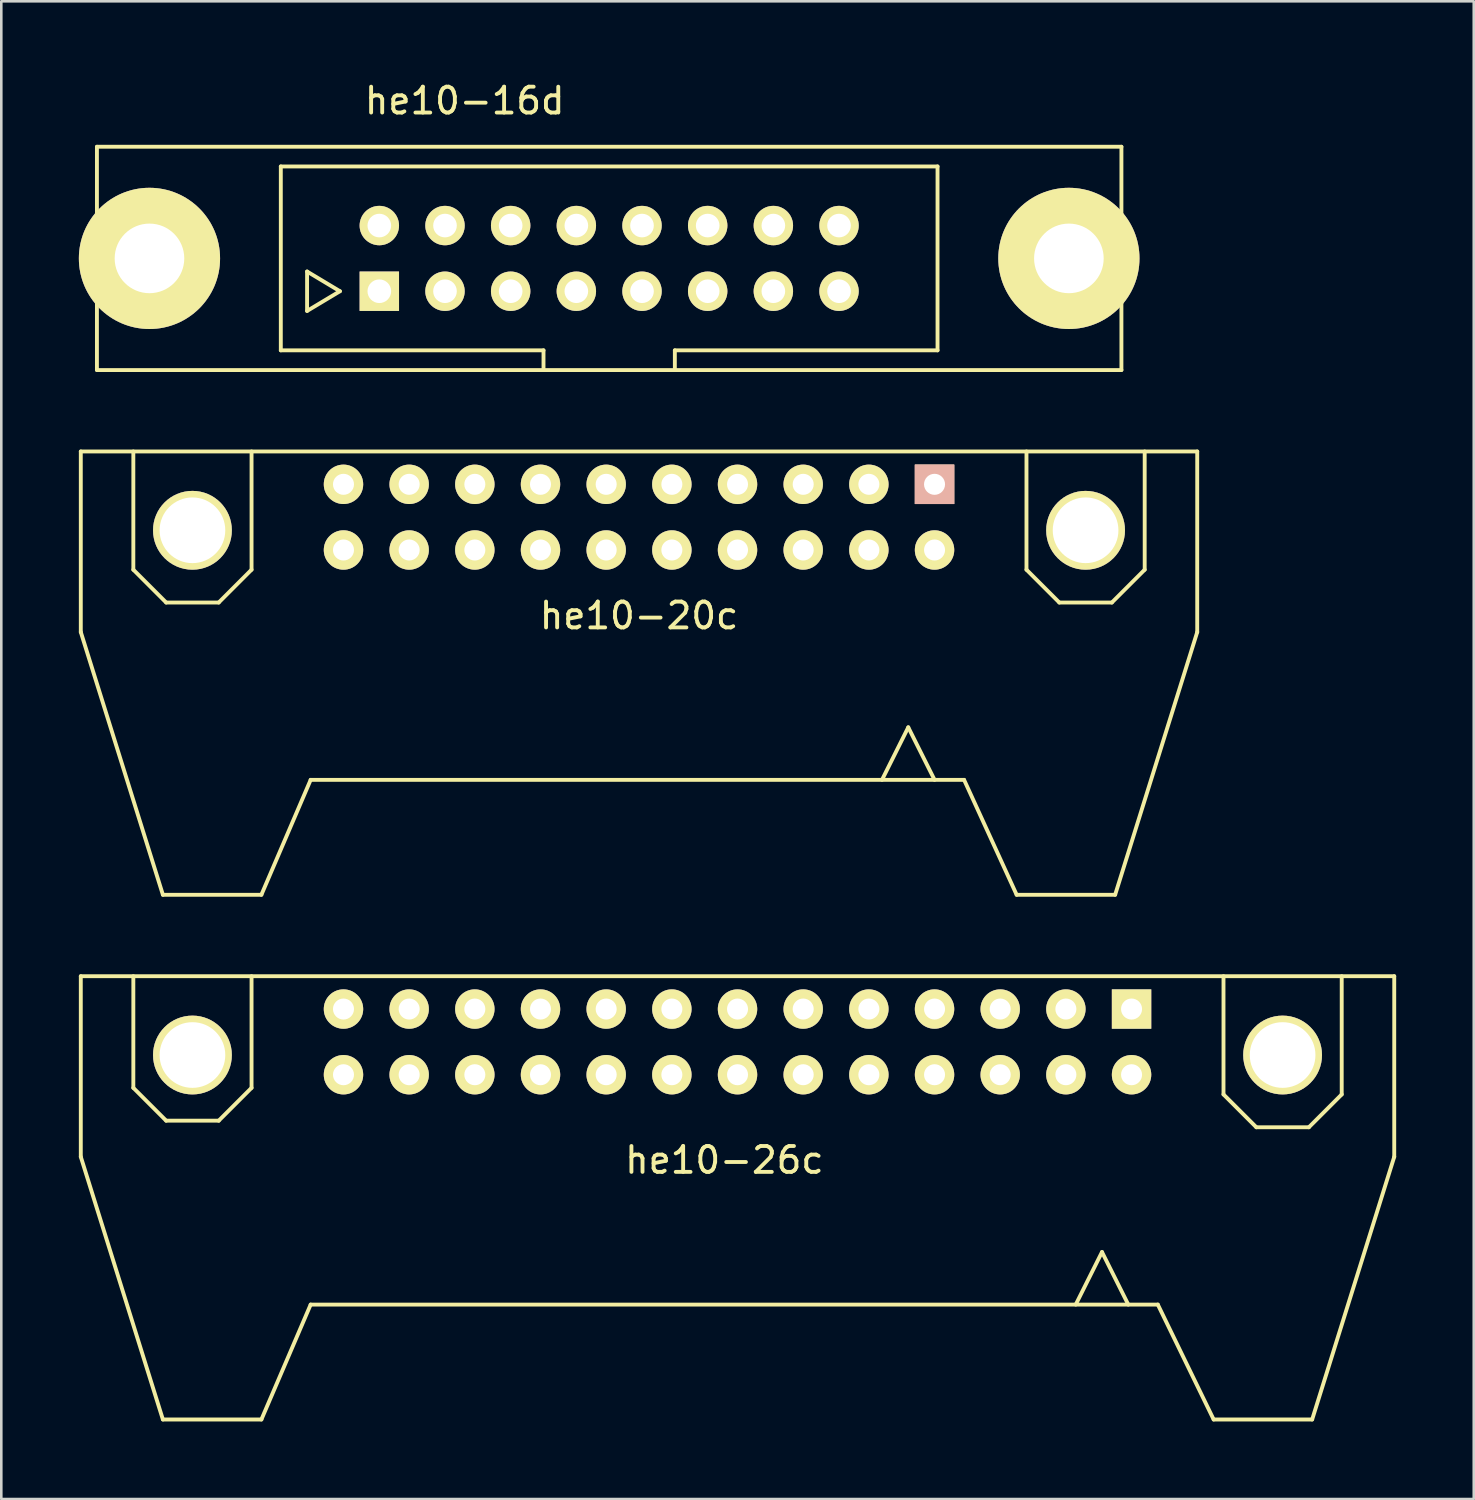
<source format=kicad_pcb>
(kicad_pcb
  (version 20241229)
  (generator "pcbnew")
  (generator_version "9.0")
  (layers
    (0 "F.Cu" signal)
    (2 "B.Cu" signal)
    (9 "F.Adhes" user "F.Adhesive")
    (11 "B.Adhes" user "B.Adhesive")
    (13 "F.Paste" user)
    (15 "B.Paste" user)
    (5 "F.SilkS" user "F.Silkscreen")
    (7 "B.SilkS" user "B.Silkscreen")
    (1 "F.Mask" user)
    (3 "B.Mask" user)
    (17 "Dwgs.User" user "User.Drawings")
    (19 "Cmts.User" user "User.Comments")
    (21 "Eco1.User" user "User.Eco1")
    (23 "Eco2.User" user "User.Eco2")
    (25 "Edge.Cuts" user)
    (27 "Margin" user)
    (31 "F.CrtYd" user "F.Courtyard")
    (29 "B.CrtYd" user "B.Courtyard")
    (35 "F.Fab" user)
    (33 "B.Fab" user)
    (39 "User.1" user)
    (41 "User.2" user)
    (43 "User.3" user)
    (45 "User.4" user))
  (footprint "he10-20c"
    (layer "F.Cu")
    (at 21.665 16.952)
    (property "Reference" "he10-20c" (at 0 3.81 0) (layer "F.SilkS") (effects (font (size 1 1) (thickness 0.15))))
    (attr through_hole)
    (fp_line (start -21.59 -2.54) (end -21.59 4.445) (stroke (width 0.15) (type solid)) (layer "F.SilkS"))
    (fp_line (start -21.59 -2.54) (end 21.59 -2.54) (stroke (width 0.15) (type solid)) (layer "F.SilkS"))
    (fp_line (start -21.59 4.445) (end -18.415 14.605) (stroke (width 0.15) (type solid)) (layer "F.SilkS"))
    (fp_line (start -19.558 2.032) (end -19.558 -2.54) (stroke (width 0.15) (type solid)) (layer "F.SilkS"))
    (fp_line (start -18.415 14.605) (end -14.605 14.605) (stroke (width 0.15) (type solid)) (layer "F.SilkS"))
    (fp_line (start -18.288 3.302) (end -19.558 2.032) (stroke (width 0.15) (type solid)) (layer "F.SilkS"))
    (fp_line (start -16.256 3.302) (end -18.288 3.302) (stroke (width 0.15) (type solid)) (layer "F.SilkS"))
    (fp_line (start -14.986 -2.54) (end -14.986 2.032) (stroke (width 0.15) (type solid)) (layer "F.SilkS"))
    (fp_line (start -14.986 2.032) (end -16.256 3.302) (stroke (width 0.15) (type solid)) (layer "F.SilkS"))
    (fp_line (start -14.605 14.605) (end -12.7 10.16) (stroke (width 0.15) (type solid)) (layer "F.SilkS"))
    (fp_line (start -12.7 10.16) (end 12.573 10.16) (stroke (width 0.15) (type solid)) (layer "F.SilkS"))
    (fp_line (start 10.414 8.128) (end 9.398 10.16) (stroke (width 0.15) (type solid)) (layer "F.SilkS"))
    (fp_line (start 11.43 10.16) (end 10.414 8.128) (stroke (width 0.15) (type solid)) (layer "F.SilkS"))
    (fp_line (start 14.605 14.605) (end 12.573 10.16) (stroke (width 0.15) (type solid)) (layer "F.SilkS"))
    (fp_line (start 14.986 2.032) (end 14.986 -2.54) (stroke (width 0.15) (type solid)) (layer "F.SilkS"))
    (fp_line (start 16.256 3.302) (end 14.986 2.032) (stroke (width 0.15) (type solid)) (layer "F.SilkS"))
    (fp_line (start 18.288 3.302) (end 16.256 3.302) (stroke (width 0.15) (type solid)) (layer "F.SilkS"))
    (fp_line (start 18.415 14.605) (end 14.605 14.605) (stroke (width 0.15) (type solid)) (layer "F.SilkS"))
    (fp_line (start 19.558 -2.54) (end 19.558 2.032) (stroke (width 0.15) (type solid)) (layer "F.SilkS"))
    (fp_line (start 19.558 2.032) (end 18.288 3.302) (stroke (width 0.15) (type solid)) (layer "F.SilkS"))
    (fp_line (start 21.59 -2.54) (end 21.59 4.445) (stroke (width 0.15) (type solid)) (layer "F.SilkS"))
    (fp_line (start 21.59 4.445) (end 18.415 14.605) (stroke (width 0.15) (type solid)) (layer "F.SilkS"))
    (pad "0" thru_hole circle (at -17.272 0.508) (size 3.048 3.048) (drill 2.54) (layers "*.Cu" "*.Mask" "F.SilkS"))
    (pad "0" thru_hole circle (at 17.272 0.508) (size 3.048 3.048) (drill 2.54) (layers "*.Cu" "*.Mask" "F.SilkS"))
    (pad "1" thru_hole rect (at 11.43 -1.27) (size 1.524 1.524) (drill 0.813) (layers "*.Cu" "*.SilkS" "*.Mask"))
    (pad "2" thru_hole circle (at 11.43 1.27) (size 1.524 1.524) (drill 0.813) (layers "*.Cu" "*.Mask" "F.SilkS"))
    (pad "3" thru_hole circle (at 8.89 -1.27) (size 1.524 1.524) (drill 0.813) (layers "*.Cu" "*.Mask" "F.SilkS"))
    (pad "4" thru_hole circle (at 8.89 1.27) (size 1.524 1.524) (drill 0.813) (layers "*.Cu" "*.Mask" "F.SilkS"))
    (pad "5" thru_hole circle (at 6.35 -1.27) (size 1.524 1.524) (drill 0.813) (layers "*.Cu" "*.Mask" "F.SilkS"))
    (pad "6" thru_hole circle (at 6.35 1.27) (size 1.524 1.524) (drill 0.813) (layers "*.Cu" "*.Mask" "F.SilkS"))
    (pad "7" thru_hole circle (at 3.81 -1.27) (size 1.524 1.524) (drill 0.813) (layers "*.Cu" "*.Mask" "F.SilkS"))
    (pad "8" thru_hole circle (at 3.81 1.27) (size 1.524 1.524) (drill 0.813) (layers "*.Cu" "*.Mask" "F.SilkS"))
    (pad "9" thru_hole circle (at 1.27 -1.27) (size 1.524 1.524) (drill 0.813) (layers "*.Cu" "*.Mask" "F.SilkS"))
    (pad "10" thru_hole circle (at 1.27 1.27) (size 1.524 1.524) (drill 0.813) (layers "*.Cu" "*.Mask" "F.SilkS"))
    (pad "11" thru_hole circle (at -1.27 -1.27) (size 1.524 1.524) (drill 0.813) (layers "*.Cu" "*.Mask" "F.SilkS"))
    (pad "12" thru_hole circle (at -1.27 1.27) (size 1.524 1.524) (drill 0.813) (layers "*.Cu" "*.Mask" "F.SilkS"))
    (pad "13" thru_hole circle (at -3.81 -1.27) (size 1.524 1.524) (drill 0.813) (layers "*.Cu" "*.Mask" "F.SilkS"))
    (pad "14" thru_hole circle (at -3.81 1.27) (size 1.524 1.524) (drill 0.813) (layers "*.Cu" "*.Mask" "F.SilkS"))
    (pad "15" thru_hole circle (at -6.35 -1.27) (size 1.524 1.524) (drill 0.813) (layers "*.Cu" "*.Mask" "F.SilkS"))
    (pad "16" thru_hole circle (at -6.35 1.27) (size 1.524 1.524) (drill 0.813) (layers "*.Cu" "*.Mask" "F.SilkS"))
    (pad "17" thru_hole circle (at -8.89 -1.27) (size 1.524 1.524) (drill 0.813) (layers "*.Cu" "*.Mask" "F.SilkS"))
    (pad "18" thru_hole circle (at -8.89 1.27) (size 1.524 1.524) (drill 0.813) (layers "*.Cu" "*.Mask" "F.SilkS"))
    (pad "19" thru_hole circle (at -11.43 -1.27) (size 1.524 1.524) (drill 0.813) (layers "*.Cu" "*.Mask" "F.SilkS"))
    (pad "20" thru_hole circle (at -11.43 1.27) (size 1.524 1.524) (drill 0.813) (layers "*.Cu" "*.Mask" "F.SilkS")))
  (footprint "he10-26c"
    (layer "F.Cu")
    (at 25.475 37.247)
    (property "Reference" "he10-26c" (at -0.508 4.572 0) (layer "F.SilkS") (effects (font (size 1 1) (thickness 0.15))))
    (attr through_hole)
    (fp_line (start -25.4 -2.54) (end -25.4 4.445) (stroke (width 0.15) (type solid)) (layer "F.SilkS"))
    (fp_line (start -25.4 -2.54) (end 25.4 -2.54) (stroke (width 0.15) (type solid)) (layer "F.SilkS"))
    (fp_line (start -25.4 4.445) (end -22.225 14.605) (stroke (width 0.15) (type solid)) (layer "F.SilkS"))
    (fp_line (start -23.368 1.778) (end -23.368 -2.54) (stroke (width 0.15) (type solid)) (layer "F.SilkS"))
    (fp_line (start -22.225 14.605) (end -18.415 14.605) (stroke (width 0.15) (type solid)) (layer "F.SilkS"))
    (fp_line (start -22.098 3.048) (end -23.368 1.778) (stroke (width 0.15) (type solid)) (layer "F.SilkS"))
    (fp_line (start -20.066 3.048) (end -22.098 3.048) (stroke (width 0.15) (type solid)) (layer "F.SilkS"))
    (fp_line (start -18.796 -2.54) (end -18.796 1.778) (stroke (width 0.15) (type solid)) (layer "F.SilkS"))
    (fp_line (start -18.796 1.778) (end -20.066 3.048) (stroke (width 0.15) (type solid)) (layer "F.SilkS"))
    (fp_line (start -18.415 14.605) (end -16.51 10.16) (stroke (width 0.15) (type solid)) (layer "F.SilkS"))
    (fp_line (start 14.097 8.128) (end 13.081 10.16) (stroke (width 0.15) (type solid)) (layer "F.SilkS"))
    (fp_line (start 15.113 10.16) (end 14.097 8.128) (stroke (width 0.15) (type solid)) (layer "F.SilkS"))
    (fp_line (start 16.256 10.16) (end -16.51 10.16) (stroke (width 0.15) (type solid)) (layer "F.SilkS"))
    (fp_line (start 18.415 14.605) (end 16.256 10.16) (stroke (width 0.15) (type solid)) (layer "F.SilkS"))
    (fp_line (start 18.796 2.032) (end 18.796 -2.54) (stroke (width 0.15) (type solid)) (layer "F.SilkS"))
    (fp_line (start 20.066 3.302) (end 18.796 2.032) (stroke (width 0.15) (type solid)) (layer "F.SilkS"))
    (fp_line (start 22.098 3.302) (end 20.066 3.302) (stroke (width 0.15) (type solid)) (layer "F.SilkS"))
    (fp_line (start 22.225 14.605) (end 18.415 14.605) (stroke (width 0.15) (type solid)) (layer "F.SilkS"))
    (fp_line (start 23.368 -2.54) (end 23.368 2.032) (stroke (width 0.15) (type solid)) (layer "F.SilkS"))
    (fp_line (start 23.368 2.032) (end 22.098 3.302) (stroke (width 0.15) (type solid)) (layer "F.SilkS"))
    (fp_line (start 25.4 -2.54) (end 25.4 4.445) (stroke (width 0.15) (type solid)) (layer "F.SilkS"))
    (fp_line (start 25.4 4.445) (end 22.225 14.605) (stroke (width 0.15) (type solid)) (layer "F.SilkS"))
    (pad "0" thru_hole circle (at -21.082 0.508) (size 3.048 3.048) (drill 2.54) (layers "*.Cu" "*.Mask" "F.SilkS"))
    (pad "0" thru_hole circle (at 21.082 0.508) (size 3.048 3.048) (drill 2.54) (layers "*.Cu" "*.Mask" "F.SilkS"))
    (pad "1" thru_hole rect (at 15.24 -1.27) (size 1.524 1.524) (drill 0.813) (layers "*.Cu" "*.Mask" "F.SilkS"))
    (pad "2" thru_hole circle (at 15.24 1.27) (size 1.524 1.524) (drill 0.813) (layers "*.Cu" "*.Mask" "F.SilkS"))
    (pad "3" thru_hole circle (at 12.7 -1.27) (size 1.524 1.524) (drill 0.813) (layers "*.Cu" "*.Mask" "F.SilkS"))
    (pad "4" thru_hole circle (at 12.7 1.27) (size 1.524 1.524) (drill 0.813) (layers "*.Cu" "*.Mask" "F.SilkS"))
    (pad "5" thru_hole circle (at 10.16 -1.27) (size 1.524 1.524) (drill 0.813) (layers "*.Cu" "*.Mask" "F.SilkS"))
    (pad "6" thru_hole circle (at 10.16 1.27) (size 1.524 1.524) (drill 0.813) (layers "*.Cu" "*.Mask" "F.SilkS"))
    (pad "7" thru_hole circle (at 7.62 -1.27) (size 1.524 1.524) (drill 0.813) (layers "*.Cu" "*.Mask" "F.SilkS"))
    (pad "8" thru_hole circle (at 7.62 1.27) (size 1.524 1.524) (drill 0.813) (layers "*.Cu" "*.Mask" "F.SilkS"))
    (pad "9" thru_hole circle (at 5.08 -1.27) (size 1.524 1.524) (drill 0.813) (layers "*.Cu" "*.Mask" "F.SilkS"))
    (pad "10" thru_hole circle (at 5.08 1.27) (size 1.524 1.524) (drill 0.813) (layers "*.Cu" "*.Mask" "F.SilkS"))
    (pad "11" thru_hole circle (at 2.54 -1.27) (size 1.524 1.524) (drill 0.813) (layers "*.Cu" "*.Mask" "F.SilkS"))
    (pad "12" thru_hole circle (at 2.54 1.27) (size 1.524 1.524) (drill 0.813) (layers "*.Cu" "*.Mask" "F.SilkS"))
    (pad "13" thru_hole circle (at 0 -1.27) (size 1.524 1.524) (drill 0.813) (layers "*.Cu" "*.Mask" "F.SilkS"))
    (pad "14" thru_hole circle (at 0 1.27) (size 1.524 1.524) (drill 0.813) (layers "*.Cu" "*.Mask" "F.SilkS"))
    (pad "15" thru_hole circle (at -2.54 -1.27) (size 1.524 1.524) (drill 0.813) (layers "*.Cu" "*.Mask" "F.SilkS"))
    (pad "16" thru_hole circle (at -2.54 1.27) (size 1.524 1.524) (drill 0.813) (layers "*.Cu" "*.Mask" "F.SilkS"))
    (pad "17" thru_hole circle (at -5.08 -1.27) (size 1.524 1.524) (drill 0.813) (layers "*.Cu" "*.Mask" "F.SilkS"))
    (pad "18" thru_hole circle (at -5.08 1.27) (size 1.524 1.524) (drill 0.813) (layers "*.Cu" "*.Mask" "F.SilkS"))
    (pad "19" thru_hole circle (at -7.62 -1.27) (size 1.524 1.524) (drill 0.813) (layers "*.Cu" "*.Mask" "F.SilkS"))
    (pad "20" thru_hole circle (at -7.62 1.27) (size 1.524 1.524) (drill 0.813) (layers "*.Cu" "*.Mask" "F.SilkS"))
    (pad "21" thru_hole circle (at -10.16 -1.27) (size 1.524 1.524) (drill 0.813) (layers "*.Cu" "*.Mask" "F.SilkS"))
    (pad "22" thru_hole circle (at -10.16 1.27) (size 1.524 1.524) (drill 0.813) (layers "*.Cu" "*.Mask" "F.SilkS"))
    (pad "23" thru_hole circle (at -12.7 -1.27) (size 1.524 1.524) (drill 0.813) (layers "*.Cu" "*.Mask" "F.SilkS"))
    (pad "24" thru_hole circle (at -12.7 1.27) (size 1.524 1.524) (drill 0.813) (layers "*.Cu" "*.Mask" "F.SilkS"))
    (pad "25" thru_hole circle (at -15.24 -1.27) (size 1.524 1.524) (drill 0.813) (layers "*.Cu" "*.Mask" "F.SilkS"))
    (pad "26" thru_hole circle (at -15.24 1.27) (size 1.524 1.524) (drill 0.813) (layers "*.Cu" "*.Mask" "F.SilkS")))
  (footprint "he10-16d"
    (layer "F.Cu")
    (at 20.511 6.944)
    (property "Reference" "he10-16d" (at -5.588 -6.096 0) (layer "F.SilkS") (effects (font (size 1 1) (thickness 0.15))))
    (attr through_hole)
    (fp_line (start -19.812 -4.318) (end 19.812 -4.318) (stroke (width 0.15) (type solid)) (layer "F.SilkS"))
    (fp_line (start -19.812 4.318) (end -19.812 -4.318) (stroke (width 0.15) (type solid)) (layer "F.SilkS"))
    (fp_line (start -12.7 -3.556) (end 12.7 -3.556) (stroke (width 0.15) (type solid)) (layer "F.SilkS"))
    (fp_line (start -12.7 3.556) (end -12.7 -3.556) (stroke (width 0.15) (type solid)) (layer "F.SilkS"))
    (fp_line (start -11.684 0.508) (end -11.684 2.032) (stroke (width 0.15) (type solid)) (layer "F.SilkS"))
    (fp_line (start -11.684 2.032) (end -10.414 1.27) (stroke (width 0.15) (type solid)) (layer "F.SilkS"))
    (fp_line (start -10.414 1.27) (end -11.684 0.508) (stroke (width 0.15) (type solid)) (layer "F.SilkS"))
    (fp_line (start -2.54 3.556) (end -12.7 3.556) (stroke (width 0.15) (type solid)) (layer "F.SilkS"))
    (fp_line (start -2.54 4.318) (end -2.54 3.556) (stroke (width 0.15) (type solid)) (layer "F.SilkS"))
    (fp_line (start 2.54 3.556) (end 2.54 4.318) (stroke (width 0.15) (type solid)) (layer "F.SilkS"))
    (fp_line (start 12.7 -3.556) (end 12.7 3.556) (stroke (width 0.15) (type solid)) (layer "F.SilkS"))
    (fp_line (start 12.7 3.556) (end 2.54 3.556) (stroke (width 0.15) (type solid)) (layer "F.SilkS"))
    (fp_line (start 19.812 -4.318) (end 19.812 4.318) (stroke (width 0.15) (type solid)) (layer "F.SilkS"))
    (fp_line (start 19.812 4.318) (end -19.812 4.318) (stroke (width 0.15) (type solid)) (layer "F.SilkS"))
    (pad "0" thru_hole circle (at -17.78 0) (size 5.461 5.461) (drill 2.692) (layers "*.Cu" "*.Mask" "F.SilkS"))
    (pad "0" thru_hole circle (at 17.78 0) (size 5.461 5.461) (drill 2.692) (layers "*.Cu" "*.Mask" "F.SilkS"))
    (pad "1" thru_hole rect (at -8.89 1.27) (size 1.524 1.524) (drill 0.914) (layers "*.Cu" "*.Mask" "F.SilkS"))
    (pad "2" thru_hole circle (at -8.89 -1.27) (size 1.524 1.524) (drill 0.914) (layers "*.Cu" "*.Mask" "F.SilkS"))
    (pad "3" thru_hole circle (at -6.35 1.27) (size 1.524 1.524) (drill 0.914) (layers "*.Cu" "*.Mask" "F.SilkS"))
    (pad "4" thru_hole circle (at -6.35 -1.27) (size 1.524 1.524) (drill 0.914) (layers "*.Cu" "*.Mask" "F.SilkS"))
    (pad "5" thru_hole circle (at -3.81 1.27) (size 1.524 1.524) (drill 0.914) (layers "*.Cu" "*.Mask" "F.SilkS"))
    (pad "6" thru_hole circle (at -3.81 -1.27) (size 1.524 1.524) (drill 0.914) (layers "*.Cu" "*.Mask" "F.SilkS"))
    (pad "7" thru_hole circle (at -1.27 1.27) (size 1.524 1.524) (drill 0.914) (layers "*.Cu" "*.Mask" "F.SilkS"))
    (pad "8" thru_hole circle (at -1.27 -1.27) (size 1.524 1.524) (drill 0.914) (layers "*.Cu" "*.Mask" "F.SilkS"))
    (pad "9" thru_hole circle (at 1.27 1.27) (size 1.524 1.524) (drill 0.914) (layers "*.Cu" "*.Mask" "F.SilkS"))
    (pad "10" thru_hole circle (at 1.27 -1.27) (size 1.524 1.524) (drill 0.914) (layers "*.Cu" "*.Mask" "F.SilkS"))
    (pad "11" thru_hole circle (at 3.81 1.27) (size 1.524 1.524) (drill 0.914) (layers "*.Cu" "*.Mask" "F.SilkS"))
    (pad "12" thru_hole circle (at 3.81 -1.27) (size 1.524 1.524) (drill 0.914) (layers "*.Cu" "*.Mask" "F.SilkS"))
    (pad "13" thru_hole circle (at 6.35 1.27) (size 1.524 1.524) (drill 0.914) (layers "*.Cu" "*.Mask" "F.SilkS"))
    (pad "14" thru_hole circle (at 6.35 -1.27) (size 1.524 1.524) (drill 0.914) (layers "*.Cu" "*.Mask" "F.SilkS"))
    (pad "15" thru_hole circle (at 8.89 1.27) (size 1.524 1.524) (drill 0.914) (layers "*.Cu" "*.Mask" "F.SilkS"))
    (pad "16" thru_hole circle (at 8.89 -1.27) (size 1.524 1.524) (drill 0.914) (layers "*.Cu" "*.Mask" "F.SilkS")))
  (gr_rect
    (start -3 -3)
    (end 53.95 54.927)
    (stroke (width 0.1) (type default))
    (fill no)
    (layer "Edge.Cuts")))
</source>
